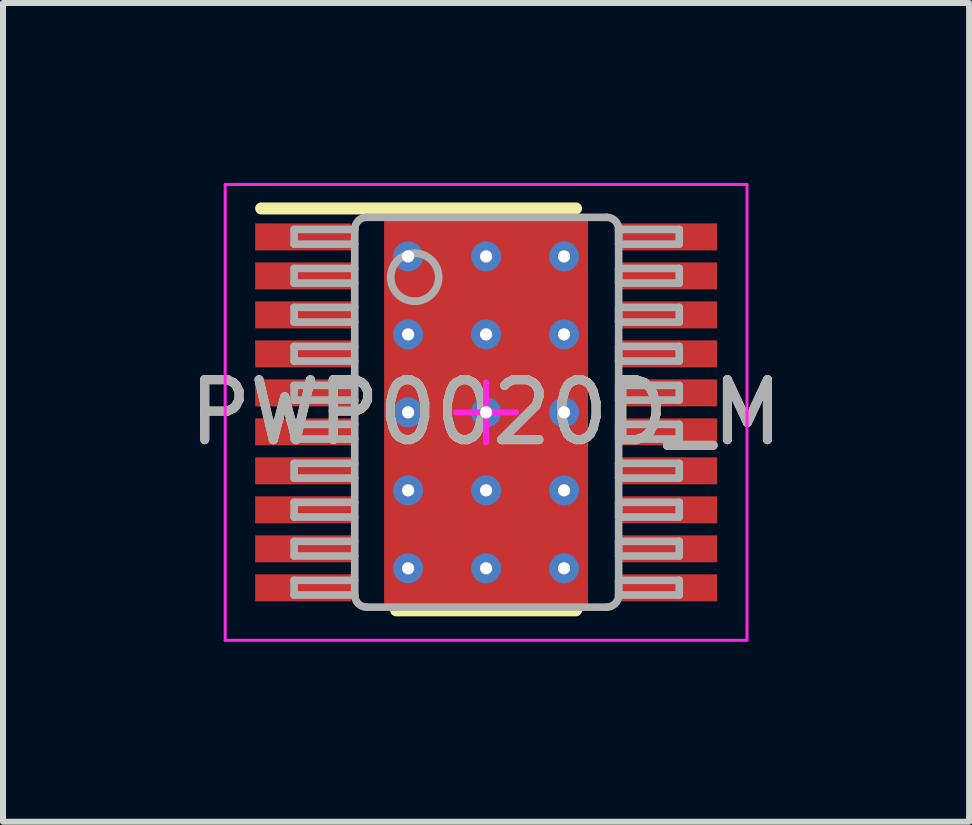
<source format=kicad_pcb>
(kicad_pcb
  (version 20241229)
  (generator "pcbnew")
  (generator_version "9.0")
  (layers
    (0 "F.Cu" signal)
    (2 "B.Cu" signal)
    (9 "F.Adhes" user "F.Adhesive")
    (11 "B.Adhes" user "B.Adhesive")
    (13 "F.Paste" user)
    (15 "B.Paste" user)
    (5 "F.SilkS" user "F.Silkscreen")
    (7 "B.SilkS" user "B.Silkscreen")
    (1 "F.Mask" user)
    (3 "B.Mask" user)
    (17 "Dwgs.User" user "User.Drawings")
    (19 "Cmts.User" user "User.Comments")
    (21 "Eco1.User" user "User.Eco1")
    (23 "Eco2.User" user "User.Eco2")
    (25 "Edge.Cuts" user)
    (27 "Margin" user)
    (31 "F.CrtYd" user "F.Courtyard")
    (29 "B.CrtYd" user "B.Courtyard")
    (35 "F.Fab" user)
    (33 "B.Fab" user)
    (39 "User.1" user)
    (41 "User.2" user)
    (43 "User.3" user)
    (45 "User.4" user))
  (footprint "PWP0020D_M"
    (layer "F.Cu")
    (at 5.054 3.825)
    (property "Reference" "PWP0020D_M" (at 0 0 0) (unlocked yes) (layer "F.SilkS") (effects (font (size 1 1) (thickness 0.15))))
    (attr smd)
    (fp_poly (pts (xy -1.2 1.65) (xy -1.2 -1.65) (xy -1.15 -1.7) (xy 1.15 -1.7) (xy 1.2 -1.65) (xy 1.2 1.65) (xy 1.15 1.7) (xy -1.15 1.7)) (stroke (width 0) (type solid)) (fill yes) (layer "F.Mask"))
    (fp_line (start -3.75 -3.4) (end 1.5 -3.4) (stroke (width 0.2) (type solid)) (layer "F.SilkS"))
    (fp_line (start -1.5 3.3) (end 1.5 3.3) (stroke (width 0.2) (type solid)) (layer "F.SilkS"))
    (fp_poly (pts (xy -1.2 1.65) (xy -1.2 -1.65) (xy -1.15 -1.7) (xy 1.15 -1.7) (xy 1.2 -1.65) (xy 1.2 1.65) (xy 1.15 1.7) (xy -1.15 1.7)) (stroke (width 0) (type solid)) (fill yes) (layer "F.Paste"))
    (fp_line (start -4.35 -3.8) (end 4.35 -3.8) (stroke (width 0.05) (type solid)) (layer "F.CrtYd"))
    (fp_line (start -4.35 3.8) (end -4.35 -3.8) (stroke (width 0.05) (type solid)) (layer "F.CrtYd"))
    (fp_line (start -4.35 3.8) (end 4.35 3.8) (stroke (width 0.05) (type solid)) (layer "F.CrtYd"))
    (fp_line (start -0.5 0.000003) (end 0.5 0.000003) (stroke (width 0.1) (type solid)) (layer "F.CrtYd"))
    (fp_line (start 0 0.5) (end 0 -0.5) (stroke (width 0.1) (type solid)) (layer "F.CrtYd"))
    (fp_line (start 4.35 3.8) (end 4.35 -3.8) (stroke (width 0.05) (type solid)) (layer "F.CrtYd"))
    (fp_line (start -3.2 -3.05) (end -2.19 -3.05) (stroke (width 0.127) (type solid)) (layer "F.Fab"))
    (fp_line (start -3.2 -2.805) (end -3.2 -3.05) (stroke (width 0.127) (type solid)) (layer "F.Fab"))
    (fp_line (start -3.2 -2.805) (end -2.19 -2.805) (stroke (width 0.127) (type solid)) (layer "F.Fab"))
    (fp_line (start -3.2 -2.4) (end -2.19 -2.4) (stroke (width 0.127) (type solid)) (layer "F.Fab"))
    (fp_line (start -3.2 -2.155) (end -3.2 -2.4) (stroke (width 0.127) (type solid)) (layer "F.Fab"))
    (fp_line (start -3.2 -2.155) (end -2.19 -2.155) (stroke (width 0.127) (type solid)) (layer "F.Fab"))
    (fp_line (start -3.2 -1.75) (end -2.19 -1.75) (stroke (width 0.127) (type solid)) (layer "F.Fab"))
    (fp_line (start -3.2 -1.505) (end -3.2 -1.75) (stroke (width 0.127) (type solid)) (layer "F.Fab"))
    (fp_line (start -3.2 -1.505) (end -2.19 -1.505) (stroke (width 0.127) (type solid)) (layer "F.Fab"))
    (fp_line (start -3.2 -1.1) (end -2.19 -1.1) (stroke (width 0.127) (type solid)) (layer "F.Fab"))
    (fp_line (start -3.2 -0.855) (end -3.2 -1.1) (stroke (width 0.127) (type solid)) (layer "F.Fab"))
    (fp_line (start -3.2 -0.855) (end -2.19 -0.855) (stroke (width 0.127) (type solid)) (layer "F.Fab"))
    (fp_line (start -3.2 -0.45) (end -2.19 -0.45) (stroke (width 0.127) (type solid)) (layer "F.Fab"))
    (fp_line (start -3.2 -0.205) (end -3.2 -0.45) (stroke (width 0.127) (type solid)) (layer "F.Fab"))
    (fp_line (start -3.2 -0.205) (end -2.19 -0.205) (stroke (width 0.127) (type solid)) (layer "F.Fab"))
    (fp_line (start -3.2 0.2) (end -2.19 0.2) (stroke (width 0.127) (type solid)) (layer "F.Fab"))
    (fp_line (start -3.2 0.445) (end -3.2 0.2) (stroke (width 0.127) (type solid)) (layer "F.Fab"))
    (fp_line (start -3.2 0.445) (end -2.19 0.445) (stroke (width 0.127) (type solid)) (layer "F.Fab"))
    (fp_line (start -3.2 0.85) (end -2.19 0.85) (stroke (width 0.127) (type solid)) (layer "F.Fab"))
    (fp_line (start -3.2 1.095) (end -3.2 0.85) (stroke (width 0.127) (type solid)) (layer "F.Fab"))
    (fp_line (start -3.2 1.095) (end -2.19 1.095) (stroke (width 0.127) (type solid)) (layer "F.Fab"))
    (fp_line (start -3.2 1.5) (end -2.19 1.5) (stroke (width 0.127) (type solid)) (layer "F.Fab"))
    (fp_line (start -3.2 1.745) (end -3.2 1.5) (stroke (width 0.127) (type solid)) (layer "F.Fab"))
    (fp_line (start -3.2 1.745) (end -2.19 1.745) (stroke (width 0.127) (type solid)) (layer "F.Fab"))
    (fp_line (start -3.2 2.15) (end -2.19 2.15) (stroke (width 0.127) (type solid)) (layer "F.Fab"))
    (fp_line (start -3.2 2.395) (end -3.2 2.15) (stroke (width 0.127) (type solid)) (layer "F.Fab"))
    (fp_line (start -3.2 2.395) (end -2.19 2.395) (stroke (width 0.127) (type solid)) (layer "F.Fab"))
    (fp_line (start -3.2 2.8) (end -2.19 2.8) (stroke (width 0.127) (type solid)) (layer "F.Fab"))
    (fp_line (start -3.2 3.045) (end -3.2 2.8) (stroke (width 0.127) (type solid)) (layer "F.Fab"))
    (fp_line (start -3.2 3.045) (end -2.19 3.045) (stroke (width 0.127) (type solid)) (layer "F.Fab"))
    (fp_line (start -2.19 3.047) (end -2.19 -3.052) (stroke (width 0.127) (type solid)) (layer "F.Fab"))
    (fp_line (start -1.99 -3.252) (end 2.01 -3.252) (stroke (width 0.127) (type solid)) (layer "F.Fab"))
    (fp_line (start -1.99 3.247) (end 2.01 3.247) (stroke (width 0.127) (type solid)) (layer "F.Fab"))
    (fp_line (start 2.21 -2.805) (end 2.21 -3.05) (stroke (width 0.127) (type solid)) (layer "F.Fab"))
    (fp_line (start 2.21 -2.155) (end 2.21 -2.4) (stroke (width 0.127) (type solid)) (layer "F.Fab"))
    (fp_line (start 2.21 -1.505) (end 2.21 -1.75) (stroke (width 0.127) (type solid)) (layer "F.Fab"))
    (fp_line (start 2.21 -0.855) (end 2.21 -1.1) (stroke (width 0.127) (type solid)) (layer "F.Fab"))
    (fp_line (start 2.21 -0.205) (end 2.21 -0.45) (stroke (width 0.127) (type solid)) (layer "F.Fab"))
    (fp_line (start 2.21 0.445) (end 2.21 0.2) (stroke (width 0.127) (type solid)) (layer "F.Fab"))
    (fp_line (start 2.21 1.095) (end 2.21 0.85) (stroke (width 0.127) (type solid)) (layer "F.Fab"))
    (fp_line (start 2.21 1.745) (end 2.21 1.5) (stroke (width 0.127) (type solid)) (layer "F.Fab"))
    (fp_line (start 2.21 2.395) (end 2.21 2.15) (stroke (width 0.127) (type solid)) (layer "F.Fab"))
    (fp_line (start 2.21 3.045) (end 2.21 2.8) (stroke (width 0.127) (type solid)) (layer "F.Fab"))
    (fp_line (start 2.21 3.047) (end 2.21 -3.052) (stroke (width 0.127) (type solid)) (layer "F.Fab"))
    (fp_line (start 2.21 -3.05) (end 3.22 -3.05) (stroke (width 0.127) (type solid)) (layer "F.Fab"))
    (fp_line (start 2.21 -2.805) (end 3.22 -2.805) (stroke (width 0.127) (type solid)) (layer "F.Fab"))
    (fp_line (start 2.21 -2.4) (end 3.22 -2.4) (stroke (width 0.127) (type solid)) (layer "F.Fab"))
    (fp_line (start 2.21 -2.155) (end 3.22 -2.155) (stroke (width 0.127) (type solid)) (layer "F.Fab"))
    (fp_line (start 2.21 -1.75) (end 3.22 -1.75) (stroke (width 0.127) (type solid)) (layer "F.Fab"))
    (fp_line (start 2.21 -1.505) (end 3.22 -1.505) (stroke (width 0.127) (type solid)) (layer "F.Fab"))
    (fp_line (start 2.21 -1.1) (end 3.22 -1.1) (stroke (width 0.127) (type solid)) (layer "F.Fab"))
    (fp_line (start 2.21 -0.855) (end 3.22 -0.855) (stroke (width 0.127) (type solid)) (layer "F.Fab"))
    (fp_line (start 2.21 -0.45) (end 3.22 -0.45) (stroke (width 0.127) (type solid)) (layer "F.Fab"))
    (fp_line (start 2.21 -0.205) (end 3.22 -0.205) (stroke (width 0.127) (type solid)) (layer "F.Fab"))
    (fp_line (start 2.21 0.2) (end 3.22 0.2) (stroke (width 0.127) (type solid)) (layer "F.Fab"))
    (fp_line (start 2.21 0.445) (end 3.22 0.445) (stroke (width 0.127) (type solid)) (layer "F.Fab"))
    (fp_line (start 2.21 0.85) (end 3.22 0.85) (stroke (width 0.127) (type solid)) (layer "F.Fab"))
    (fp_line (start 2.21 1.095) (end 3.22 1.095) (stroke (width 0.127) (type solid)) (layer "F.Fab"))
    (fp_line (start 2.21 1.5) (end 3.22 1.5) (stroke (width 0.127) (type solid)) (layer "F.Fab"))
    (fp_line (start 2.21 1.745) (end 3.22 1.745) (stroke (width 0.127) (type solid)) (layer "F.Fab"))
    (fp_line (start 2.21 2.15) (end 3.22 2.15) (stroke (width 0.127) (type solid)) (layer "F.Fab"))
    (fp_line (start 2.21 2.395) (end 3.22 2.395) (stroke (width 0.127) (type solid)) (layer "F.Fab"))
    (fp_line (start 2.21 2.8) (end 3.22 2.8) (stroke (width 0.127) (type solid)) (layer "F.Fab"))
    (fp_line (start 2.21 3.045) (end 3.22 3.045) (stroke (width 0.127) (type solid)) (layer "F.Fab"))
    (fp_line (start 3.22 -2.805) (end 3.22 -3.05) (stroke (width 0.127) (type solid)) (layer "F.Fab"))
    (fp_line (start 3.22 -2.155) (end 3.22 -2.4) (stroke (width 0.127) (type solid)) (layer "F.Fab"))
    (fp_line (start 3.22 -1.505) (end 3.22 -1.75) (stroke (width 0.127) (type solid)) (layer "F.Fab"))
    (fp_line (start 3.22 -0.855) (end 3.22 -1.1) (stroke (width 0.127) (type solid)) (layer "F.Fab"))
    (fp_line (start 3.22 -0.205) (end 3.22 -0.45) (stroke (width 0.127) (type solid)) (layer "F.Fab"))
    (fp_line (start 3.22 0.445) (end 3.22 0.2) (stroke (width 0.127) (type solid)) (layer "F.Fab"))
    (fp_line (start 3.22 1.095) (end 3.22 0.85) (stroke (width 0.127) (type solid)) (layer "F.Fab"))
    (fp_line (start 3.22 1.745) (end 3.22 1.5) (stroke (width 0.127) (type solid)) (layer "F.Fab"))
    (fp_line (start 3.22 2.395) (end 3.22 2.15) (stroke (width 0.127) (type solid)) (layer "F.Fab"))
    (fp_line (start 3.22 3.045) (end 3.22 2.8) (stroke (width 0.127) (type solid)) (layer "F.Fab"))
    (fp_arc (start -2.189869 -3.052488) (mid -2.13129 -3.193909) (end -1.989869 -3.252488) (stroke (width 0.127) (type solid)) (layer "F.Fab"))
    (fp_arc (start -1.989869 3.247499) (mid -2.13129 3.188921) (end -2.189869 3.0475) (stroke (width 0.127) (type solid)) (layer "F.Fab"))
    (fp_arc (start -1.189871 -2.652489) (mid -0.789871 -2.25249) (end -1.189871 -1.852491) (stroke (width 0.127) (type solid)) (layer "F.Fab"))
    (fp_arc (start -1.189871 -1.852491) (mid -1.58987 -2.25249) (end -1.189871 -2.652489) (stroke (width 0.127) (type solid)) (layer "F.Fab"))
    (fp_arc (start 2.010123 -3.252488) (mid 2.151544 -3.193909) (end 2.210123 -3.052488) (stroke (width 0.127) (type solid)) (layer "F.Fab"))
    (fp_arc (start 2.210123 3.0475) (mid 2.151544 3.188921) (end 2.010123 3.247499) (stroke (width 0.127) (type solid)) (layer "F.Fab"))
    (fp_text user "${REFERENCE}" (at 0 0 0) (unlocked yes) (layer "F.Fab") (effects (font (size 1 1) (thickness 0.15))))
    (pad "1" smd rect (at -3.05 -2.925 90) (size 0.45 1.6) (layers "F.Cu" "F.Mask" "F.Paste"))
    (pad "2" smd rect (at -3.05 -2.275 90) (size 0.45 1.6) (layers "F.Cu" "F.Mask" "F.Paste"))
    (pad "3" smd rect (at -3.05 -1.625 90) (size 0.45 1.6) (layers "F.Cu" "F.Mask" "F.Paste"))
    (pad "4" smd rect (at -3.05 -0.975 90) (size 0.45 1.6) (layers "F.Cu" "F.Mask" "F.Paste"))
    (pad "5" smd rect (at -3.05 -0.325 90) (size 0.45 1.6) (layers "F.Cu" "F.Mask" "F.Paste"))
    (pad "6" smd rect (at -3.05 0.325 90) (size 0.45 1.6) (layers "F.Cu" "F.Mask" "F.Paste"))
    (pad "7" smd rect (at -3.05 0.975 90) (size 0.45 1.6) (layers "F.Cu" "F.Mask" "F.Paste"))
    (pad "8" smd rect (at -3.05 1.625 90) (size 0.45 1.6) (layers "F.Cu" "F.Mask" "F.Paste"))
    (pad "9" smd rect (at -3.05 2.275 90) (size 0.45 1.6) (layers "F.Cu" "F.Mask" "F.Paste"))
    (pad "10" smd rect (at -3.05 2.925 90) (size 0.45 1.6) (layers "F.Cu" "F.Mask" "F.Paste"))
    (pad "11" smd rect (at 3.05 2.925 90) (size 0.45 1.6) (layers "F.Cu" "F.Mask" "F.Paste"))
    (pad "12" smd rect (at 3.05 2.275 90) (size 0.45 1.6) (layers "F.Cu" "F.Mask" "F.Paste"))
    (pad "13" smd rect (at 3.05 1.625 90) (size 0.45 1.6) (layers "F.Cu" "F.Mask" "F.Paste"))
    (pad "14" smd rect (at 3.05 0.975 90) (size 0.45 1.6) (layers "F.Cu" "F.Mask" "F.Paste"))
    (pad "15" smd rect (at 3.05 0.325 90) (size 0.45 1.6) (layers "F.Cu" "F.Mask" "F.Paste"))
    (pad "16" smd rect (at 3.05 -0.325 90) (size 0.45 1.6) (layers "F.Cu" "F.Mask" "F.Paste"))
    (pad "17" smd rect (at 3.05 -0.975 90) (size 0.45 1.6) (layers "F.Cu" "F.Mask" "F.Paste"))
    (pad "18" smd rect (at 3.05 -1.625 90) (size 0.45 1.6) (layers "F.Cu" "F.Mask" "F.Paste"))
    (pad "19" smd rect (at 3.05 -2.275 90) (size 0.45 1.6) (layers "F.Cu" "F.Mask" "F.Paste"))
    (pad "20" smd rect (at 3.05 -2.925 90) (size 0.45 1.6) (layers "F.Cu" "F.Mask" "F.Paste"))
    (pad "21" smd rect (at 0 0) (size 3.4 6.5) (layers "F.Cu"))
    (pad "V" thru_hole circle (at -1.3 -2.6) (size 0.5 0.5) (drill 0.203) (layers "*.Cu" "*.Mask"))
    (pad "V" thru_hole circle (at -1.3 -1.3) (size 0.5 0.5) (drill 0.203) (layers "*.Cu" "*.Mask"))
    (pad "V" thru_hole circle (at -1.3 0) (size 0.5 0.5) (drill 0.203) (layers "*.Cu" "*.Mask"))
    (pad "V" thru_hole circle (at -1.3 1.3) (size 0.5 0.5) (drill 0.203) (layers "*.Cu" "*.Mask"))
    (pad "V" thru_hole circle (at -1.3 2.6) (size 0.5 0.5) (drill 0.203) (layers "*.Cu" "*.Mask"))
    (pad "V" thru_hole circle (at 0 -2.6) (size 0.5 0.5) (drill 0.203) (layers "*.Cu" "*.Mask"))
    (pad "V" thru_hole circle (at 0 -1.3) (size 0.5 0.5) (drill 0.203) (layers "*.Cu" "*.Mask"))
    (pad "V" thru_hole circle (at 0 0) (size 0.5 0.5) (drill 0.203) (layers "*.Cu" "*.Mask"))
    (pad "V" thru_hole circle (at 0 1.3) (size 0.5 0.5) (drill 0.203) (layers "*.Cu" "*.Mask"))
    (pad "V" thru_hole circle (at 0 2.6) (size 0.5 0.5) (drill 0.203) (layers "*.Cu" "*.Mask"))
    (pad "V" thru_hole circle (at 1.3 -2.6) (size 0.5 0.5) (drill 0.203) (layers "*.Cu" "*.Mask"))
    (pad "V" thru_hole circle (at 1.3 -1.3) (size 0.5 0.5) (drill 0.203) (layers "*.Cu" "*.Mask"))
    (pad "V" thru_hole circle (at 1.3 0) (size 0.5 0.5) (drill 0.203) (layers "*.Cu" "*.Mask"))
    (pad "V" thru_hole circle (at 1.3 1.3) (size 0.5 0.5) (drill 0.203) (layers "*.Cu" "*.Mask"))
    (pad "V" thru_hole circle (at 1.3 2.6) (size 0.5 0.5) (drill 0.203) (layers "*.Cu" "*.Mask")))
  (gr_rect
    (start -3 -3)
    (end 13.107 10.65)
    (stroke (width 0.1) (type default))
    (fill no)
    (layer "Edge.Cuts")))
</source>
